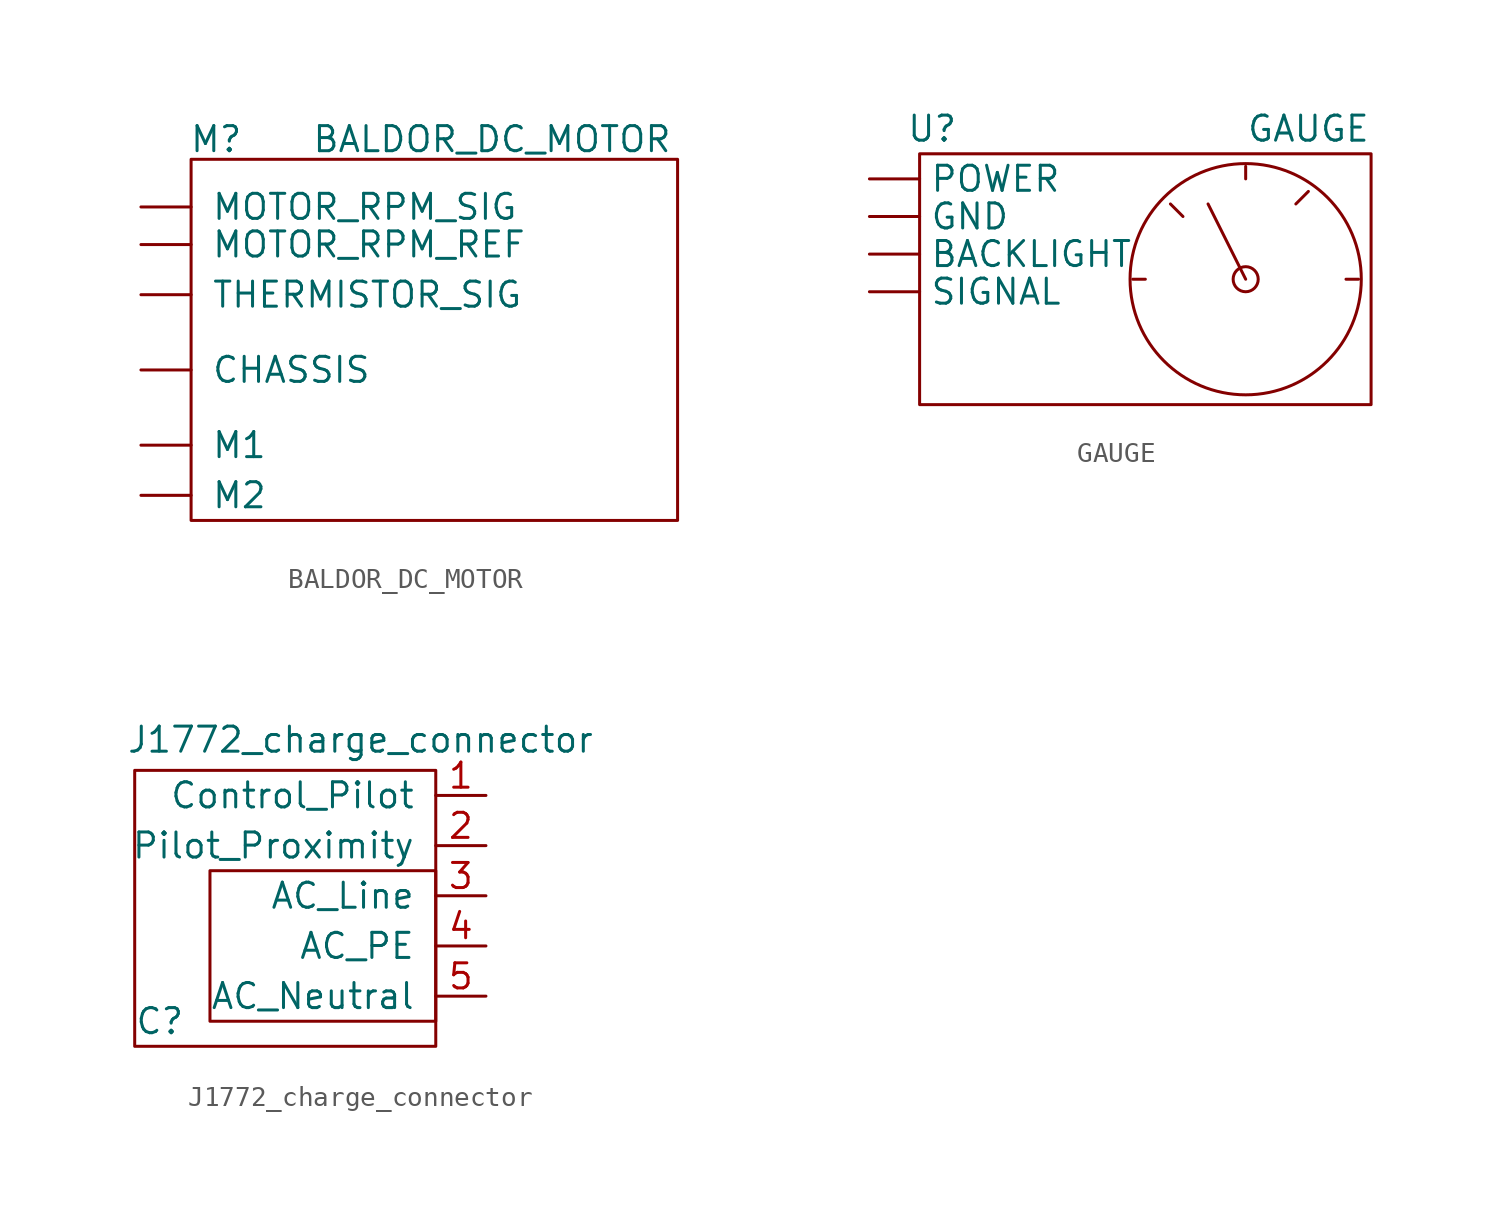
<source format=kicad_sym>
(kicad_symbol_lib
  (version 20211014)
  (generator kicad_symbol_editor)
  (symbol "BALDOR_DC_MOTOR"
    (pin_names
      (offset 1.016))
    (property "Reference" "M"
      (at 3.81 19.304 0)
      (effects (font (size 1.27 1.27))))
    (property "Value" "BALDOR_DC_MOTOR"
      (at 17.78 19.304 0)
      (effects (font (size 1.27 1.27))))
    (symbol "BALDOR_DC_MOTOR_0_0"
      (rectangle (start 2.54 18.288) (end 27.178 0) (stroke (width 0) (type default) (color 0 0 0 0)) (fill (type none))))
    (symbol "BALDOR_DC_MOTOR_1_1"
      (pin passive line (at 0 13.97 0) (length 2.54) (name "MOTOR_RPM_REF" (effects (font (size 1.27 1.27)))) (number "" (effects (font (size 1.27 1.27)))))
      (pin output line (at 0 15.875 0) (length 2.54) (name "MOTOR_RPM_SIG" (effects (font (size 1.27 1.27)))) (number "" (effects (font (size 1.27 1.27)))))
      (pin passive line (at 0 7.62 0) (length 2.54) (name "CHASSIS" (effects (font (size 1.27 1.27)))) (number "~" (effects (font (size 1.27 1.27)))))
      (pin power_in line (at 0 3.81 0) (length 2.54) (name "M1" (effects (font (size 1.27 1.27)))) (number "~" (effects (font (size 1.27 1.27)))))
      (pin power_in line (at 0 1.27 0) (length 2.54) (name "M2" (effects (font (size 1.27 1.27)))) (number "~" (effects (font (size 1.27 1.27)))))
      (pin input line (at 0 11.43 0) (length 2.54) (name "THERMISTOR_SIG" (effects (font (size 1.27 1.27)))) (number "~" (effects (font (size 1.27 1.27)))))))
  (symbol "GAUGE"
    (property "Reference" "U"
      (at 0.635 13.97 0)
      (effects (font (size 1.27 1.27))))
    (property "Value" "GAUGE"
      (at 19.685 13.97 0)
      (effects (font (size 1.27 1.27))))
    (symbol "GAUGE_0_1"
      (polyline (pts (xy 10.795 6.35) (xy 11.43 6.35)) (stroke (width 0) (type default) (color 0 0 0 0)) (fill (type none)))
      (polyline (pts (xy 12.7 10.16) (xy 13.335 9.525)) (stroke (width 0) (type default) (color 0 0 0 0)) (fill (type none)))
      (polyline (pts (xy 16.51 6.35) (xy 14.605 10.16)) (stroke (width 0) (type default) (color 0 0 0 0)) (fill (type none)))
      (polyline (pts (xy 16.51 12.065) (xy 16.51 11.43)) (stroke (width 0) (type default) (color 0 0 0 0)) (fill (type none)))
      (polyline (pts (xy 19.685 10.795) (xy 19.05 10.16)) (stroke (width 0) (type default) (color 0 0 0 0)) (fill (type none)))
      (polyline (pts (xy 22.225 6.35) (xy 21.59 6.35)) (stroke (width 0) (type default) (color 0 0 0 0)) (fill (type none)))
      (rectangle (start 0 12.7) (end 22.86 0) (stroke (width 0) (type default) (color 0 0 0 0)) (fill (type none)))
      (circle (center 16.51 6.35) (radius 0.635) (stroke (width 0) (type default) (color 0 0 0 0)) (fill (type none)))
      (circle (center 16.51 6.35) (radius 5.854) (stroke (width 0) (type default) (color 0 0 0 0)) (fill (type none))))
    (symbol "GAUGE_1_1"
      (pin passive line (at -2.54 7.62 0) (length 2.54) (name "BACKLIGHT" (effects (font (size 1.27 1.27)))) (number "" (effects (font (size 1.27 1.27)))))
      (pin passive line (at -2.54 9.525 0) (length 2.54) (name "GND" (effects (font (size 1.27 1.27)))) (number "" (effects (font (size 1.27 1.27)))))
      (pin passive line (at -2.54 11.43 0) (length 2.54) (name "POWER" (effects (font (size 1.27 1.27)))) (number "" (effects (font (size 1.27 1.27)))))
      (pin passive line (at -2.54 5.715 0) (length 2.54) (name "SIGNAL" (effects (font (size 1.27 1.27)))) (number "" (effects (font (size 1.27 1.27)))))))
  (symbol "J1772_charge_connector"
    (pin_names
      (offset 1.016))
    (property "Reference" "C"
      (at 1.27 1.27 0)
      (effects (font (size 1.27 1.27))))
    (property "Value" "J1772_charge_connector"
      (at 11.43 15.519 0)
      (effects (font (size 1.27 1.27))))
    (symbol "J1772_charge_connector_0_1"
      (rectangle (start 0 0) (end 15.24 13.97) (stroke (width 0) (type default) (color 0 0 0 0)) (fill (type none)))
      (rectangle (start 15.24 8.89) (end 3.81 1.27) (stroke (width 0) (type default) (color 0 0 0 0)) (fill (type none))))
    (symbol "J1772_charge_connector_1_1"
      (pin passive line (at 17.78 12.7 180) (length 2.54) (name "Control_Pilot" (effects (font (size 1.27 1.27)))) (number "1" (effects (font (size 1.27 1.27)))))
      (pin passive line (at 17.78 10.16 180) (length 2.54) (name "Pilot_Proximity" (effects (font (size 1.27 1.27)))) (number "2" (effects (font (size 1.27 1.27)))))
      (pin output line (at 17.78 7.62 180) (length 2.54) (name "AC_Line" (effects (font (size 1.27 1.27)))) (number "3" (effects (font (size 1.27 1.27)))))
      (pin output line (at 17.78 5.08 180) (length 2.54) (name "AC_PE" (effects (font (size 1.27 1.27)))) (number "4" (effects (font (size 1.27 1.27)))))
      (pin output line (at 17.78 2.54 180) (length 2.54) (name "AC_Neutral" (effects (font (size 1.27 1.27)))) (number "5" (effects (font (size 1.27 1.27))))))))
</source>
